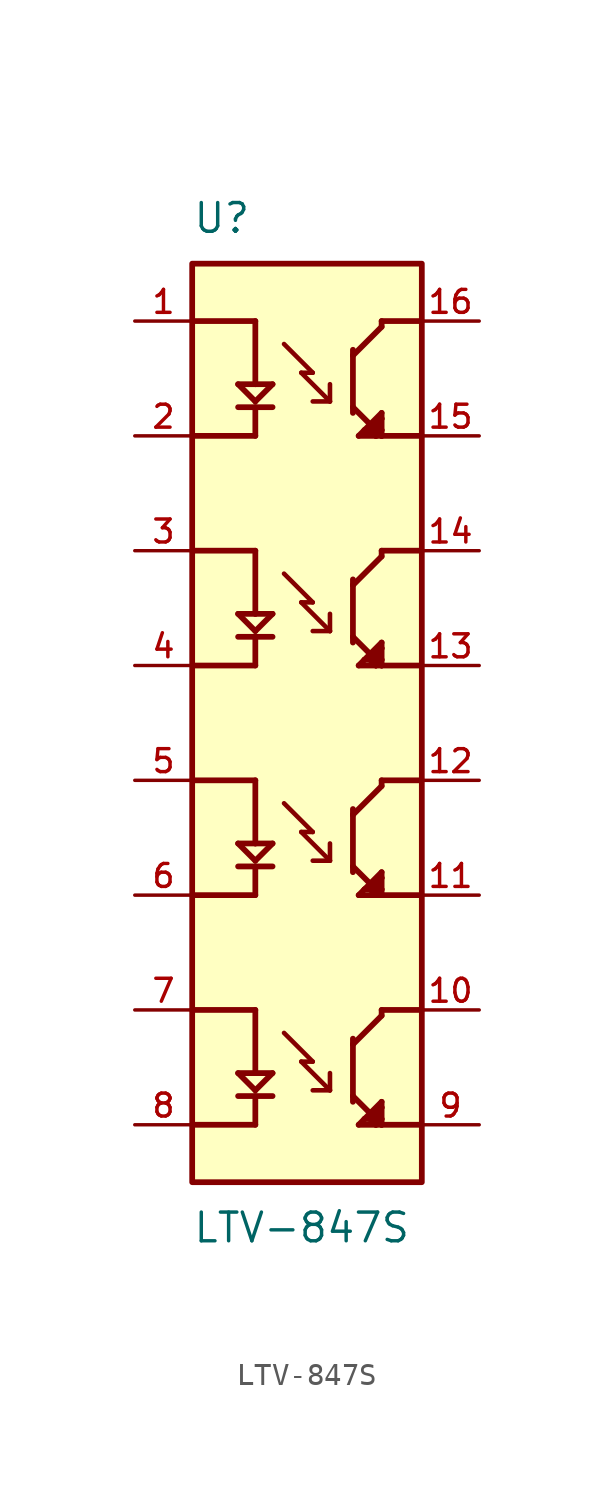
<source format=kicad_sym>
(kicad_symbol_lib
  (version 20211014)
  (generator kicad_symbol_editor)
  (symbol "LTV-847S"
    (pin_names
      (offset 1.016))
    (property "Reference" "U"
      (at -5.08 21.59 0)
      (effects (font (size 1.27 1.27)) (justify bottom left)))
    (property "Value" "LTV-847S"
      (at -5.08 -21.59 0.0)
      (effects (font (size 1.27 1.27)) (justify top left)))
    (symbol "LTV-847S_0_0"
      (polyline (pts (xy -5.08 17.78) (xy -2.286 17.78)) (stroke (width 0.254)))
      (polyline (pts (xy -2.286 17.78) (xy -2.286 14.986)) (stroke (width 0.254)))
      (polyline (pts (xy -2.286 14.986) (xy -1.524 14.986)) (stroke (width 0.254)))
      (polyline (pts (xy -2.286 14.986) (xy -3.048 14.986)) (stroke (width 0.254)))
      (polyline (pts (xy -3.048 14.986) (xy -2.286 14.224)) (stroke (width 0.254)))
      (polyline (pts (xy -2.286 14.224) (xy -1.524 14.986)) (stroke (width 0.254)))
      (polyline (pts (xy -3.048 13.97) (xy -1.524 13.97)) (stroke (width 0.254)))
      (polyline (pts (xy -2.286 13.97) (xy -2.286 12.7)) (stroke (width 0.254)))
      (polyline (pts (xy -2.286 12.7) (xy -5.08 12.7)) (stroke (width 0.254)))
      (polyline (pts (xy 5.08 17.78) (xy 3.302 17.78)) (stroke (width 0.254)))
      (polyline (pts (xy 3.302 17.78) (xy 3.302 17.526)) (stroke (width 0.254)))
      (polyline (pts (xy 3.302 17.526) (xy 2.032 16.256)) (stroke (width 0.254)))
      (polyline (pts (xy 2.032 16.256) (xy 2.032 13.97)) (stroke (width 0.254)))
      (polyline (pts (xy 2.032 13.97) (xy 3.302 12.7)) (stroke (width 0.254)))
      (polyline (pts (xy 3.302 12.7) (xy 5.08 12.7)) (stroke (width 0.254)))
      (polyline (pts (xy 3.302 12.954) (xy 3.302 13.462)) (stroke (width 0.254)))
      (polyline (pts (xy 3.302 13.462) (xy 3.302 13.716)) (stroke (width 0.254)))
      (polyline (pts (xy 3.302 13.716) (xy 2.54 12.954)) (stroke (width 0.254)))
      (polyline (pts (xy 2.54 12.954) (xy 2.286 12.7)) (stroke (width 0.254)))
      (polyline (pts (xy 2.286 12.7) (xy 3.048 12.7)) (stroke (width 0.254)))
      (polyline (pts (xy 3.048 12.7) (xy 3.302 12.7)) (stroke (width 0.254)))
      (polyline (pts (xy 3.302 12.7) (xy 3.302 12.954)) (stroke (width 0.254)))
      (polyline (pts (xy 3.302 12.954) (xy 3.048 13.208)) (stroke (width 0.254)))
      (polyline (pts (xy 3.048 13.208) (xy 2.794 12.954)) (stroke (width 0.254)))
      (polyline (pts (xy 2.54 12.954) (xy 2.794 12.954)) (stroke (width 0.254)))
      (polyline (pts (xy 2.794 12.954) (xy 3.048 12.7)) (stroke (width 0.254)))
      (polyline (pts (xy 3.048 12.7) (xy 3.048 13.208)) (stroke (width 0.254)))
      (polyline (pts (xy 3.048 13.208) (xy 3.302 13.462)) (stroke (width 0.254)))
      (polyline (pts (xy 2.032 13.97) (xy 2.032 13.716)) (stroke (width 0.254)))
      (polyline (pts (xy 2.032 16.256) (xy 2.032 16.51)) (stroke (width 0.254)))
      (polyline (pts (xy 0.254 15.494) (xy -0.254 15.494)) (stroke (width 0.203)))
      (polyline (pts (xy -0.254 15.494) (xy 1.016 14.224)) (stroke (width 0.203)))
      (polyline (pts (xy 1.016 14.224) (xy 1.016 14.986)) (stroke (width 0.203)))
      (polyline (pts (xy 1.016 14.224) (xy 0.254 14.224)) (stroke (width 0.203)))
      (polyline (pts (xy -1.016 16.764) (xy 0.254 15.494)) (stroke (width 0.203)))
      (polyline (pts (xy -5.08 7.62) (xy -2.286 7.62)) (stroke (width 0.254)))
      (polyline (pts (xy -2.286 7.62) (xy -2.286 4.826)) (stroke (width 0.254)))
      (polyline (pts (xy -2.286 4.826) (xy -1.524 4.826)) (stroke (width 0.254)))
      (polyline (pts (xy -2.286 4.826) (xy -3.048 4.826)) (stroke (width 0.254)))
      (polyline (pts (xy -3.048 4.826) (xy -2.286 4.064)) (stroke (width 0.254)))
      (polyline (pts (xy -2.286 4.064) (xy -1.524 4.826)) (stroke (width 0.254)))
      (polyline (pts (xy -3.048 3.81) (xy -1.524 3.81)) (stroke (width 0.254)))
      (polyline (pts (xy -2.286 3.81) (xy -2.286 2.54)) (stroke (width 0.254)))
      (polyline (pts (xy -2.286 2.54) (xy -5.08 2.54)) (stroke (width 0.254)))
      (polyline (pts (xy 5.08 7.62) (xy 3.302 7.62)) (stroke (width 0.254)))
      (polyline (pts (xy 3.302 7.62) (xy 3.302 7.366)) (stroke (width 0.254)))
      (polyline (pts (xy 3.302 7.366) (xy 2.032 6.096)) (stroke (width 0.254)))
      (polyline (pts (xy 2.032 6.096) (xy 2.032 3.81)) (stroke (width 0.254)))
      (polyline (pts (xy 2.032 3.81) (xy 3.302 2.54)) (stroke (width 0.254)))
      (polyline (pts (xy 3.302 2.54) (xy 5.08 2.54)) (stroke (width 0.254)))
      (polyline (pts (xy 3.302 2.794) (xy 3.302 3.302)) (stroke (width 0.254)))
      (polyline (pts (xy 3.302 3.302) (xy 3.302 3.556)) (stroke (width 0.254)))
      (polyline (pts (xy 3.302 3.556) (xy 2.54 2.794)) (stroke (width 0.254)))
      (polyline (pts (xy 2.54 2.794) (xy 2.286 2.54)) (stroke (width 0.254)))
      (polyline (pts (xy 2.286 2.54) (xy 3.048 2.54)) (stroke (width 0.254)))
      (polyline (pts (xy 3.048 2.54) (xy 3.302 2.54)) (stroke (width 0.254)))
      (polyline (pts (xy 3.302 2.54) (xy 3.302 2.794)) (stroke (width 0.254)))
      (polyline (pts (xy 3.302 2.794) (xy 3.048 3.048)) (stroke (width 0.254)))
      (polyline (pts (xy 3.048 3.048) (xy 2.794 2.794)) (stroke (width 0.254)))
      (polyline (pts (xy 2.54 2.794) (xy 2.794 2.794)) (stroke (width 0.254)))
      (polyline (pts (xy 2.794 2.794) (xy 3.048 2.54)) (stroke (width 0.254)))
      (polyline (pts (xy 3.048 2.54) (xy 3.048 3.048)) (stroke (width 0.254)))
      (polyline (pts (xy 3.048 3.048) (xy 3.302 3.302)) (stroke (width 0.254)))
      (polyline (pts (xy 2.032 3.81) (xy 2.032 3.556)) (stroke (width 0.254)))
      (polyline (pts (xy 2.032 6.096) (xy 2.032 6.35)) (stroke (width 0.254)))
      (polyline (pts (xy 0.254 5.334) (xy -0.254 5.334)) (stroke (width 0.203)))
      (polyline (pts (xy -0.254 5.334) (xy 1.016 4.064)) (stroke (width 0.203)))
      (polyline (pts (xy 1.016 4.064) (xy 1.016 4.826)) (stroke (width 0.203)))
      (polyline (pts (xy 1.016 4.064) (xy 0.254 4.064)) (stroke (width 0.203)))
      (polyline (pts (xy -1.016 6.604) (xy 0.254 5.334)) (stroke (width 0.203)))
      (polyline (pts (xy -5.08 -2.54) (xy -2.286 -2.54)) (stroke (width 0.254)))
      (polyline (pts (xy -2.286 -2.54) (xy -2.286 -5.334)) (stroke (width 0.254)))
      (polyline (pts (xy -2.286 -5.334) (xy -1.524 -5.334)) (stroke (width 0.254)))
      (polyline (pts (xy -2.286 -5.334) (xy -3.048 -5.334)) (stroke (width 0.254)))
      (polyline (pts (xy -3.048 -5.334) (xy -2.286 -6.096)) (stroke (width 0.254)))
      (polyline (pts (xy -2.286 -6.096) (xy -1.524 -5.334)) (stroke (width 0.254)))
      (polyline (pts (xy -3.048 -6.35) (xy -1.524 -6.35)) (stroke (width 0.254)))
      (polyline (pts (xy -2.286 -6.35) (xy -2.286 -7.62)) (stroke (width 0.254)))
      (polyline (pts (xy -2.286 -7.62) (xy -5.08 -7.62)) (stroke (width 0.254)))
      (polyline (pts (xy 5.08 -2.54) (xy 3.302 -2.54)) (stroke (width 0.254)))
      (polyline (pts (xy 3.302 -2.54) (xy 3.302 -2.794)) (stroke (width 0.254)))
      (polyline (pts (xy 3.302 -2.794) (xy 2.032 -4.064)) (stroke (width 0.254)))
      (polyline (pts (xy 2.032 -4.064) (xy 2.032 -6.35)) (stroke (width 0.254)))
      (polyline (pts (xy 2.032 -6.35) (xy 3.302 -7.62)) (stroke (width 0.254)))
      (polyline (pts (xy 3.302 -7.62) (xy 5.08 -7.62)) (stroke (width 0.254)))
      (polyline (pts (xy 3.302 -7.366) (xy 3.302 -6.858)) (stroke (width 0.254)))
      (polyline (pts (xy 3.302 -6.858) (xy 3.302 -6.604)) (stroke (width 0.254)))
      (polyline (pts (xy 3.302 -6.604) (xy 2.54 -7.366)) (stroke (width 0.254)))
      (polyline (pts (xy 2.54 -7.366) (xy 2.286 -7.62)) (stroke (width 0.254)))
      (polyline (pts (xy 2.286 -7.62) (xy 3.048 -7.62)) (stroke (width 0.254)))
      (polyline (pts (xy 3.048 -7.62) (xy 3.302 -7.62)) (stroke (width 0.254)))
      (polyline (pts (xy 3.302 -7.62) (xy 3.302 -7.366)) (stroke (width 0.254)))
      (polyline (pts (xy 3.302 -7.366) (xy 3.048 -7.112)) (stroke (width 0.254)))
      (polyline (pts (xy 3.048 -7.112) (xy 2.794 -7.366)) (stroke (width 0.254)))
      (polyline (pts (xy 2.54 -7.366) (xy 2.794 -7.366)) (stroke (width 0.254)))
      (polyline (pts (xy 2.794 -7.366) (xy 3.048 -7.62)) (stroke (width 0.254)))
      (polyline (pts (xy 3.048 -7.62) (xy 3.048 -7.112)) (stroke (width 0.254)))
      (polyline (pts (xy 3.048 -7.112) (xy 3.302 -6.858)) (stroke (width 0.254)))
      (polyline (pts (xy 2.032 -6.35) (xy 2.032 -6.604)) (stroke (width 0.254)))
      (polyline (pts (xy 2.032 -4.064) (xy 2.032 -3.81)) (stroke (width 0.254)))
      (polyline (pts (xy 0.254 -4.826) (xy -0.254 -4.826)) (stroke (width 0.203)))
      (polyline (pts (xy -0.254 -4.826) (xy 1.016 -6.096)) (stroke (width 0.203)))
      (polyline (pts (xy 1.016 -6.096) (xy 1.016 -5.334)) (stroke (width 0.203)))
      (polyline (pts (xy 1.016 -6.096) (xy 0.254 -6.096)) (stroke (width 0.203)))
      (polyline (pts (xy -1.016 -3.556) (xy 0.254 -4.826)) (stroke (width 0.203)))
      (polyline (pts (xy -5.08 -12.7) (xy -2.286 -12.7)) (stroke (width 0.254)))
      (polyline (pts (xy -2.286 -12.7) (xy -2.286 -15.494)) (stroke (width 0.254)))
      (polyline (pts (xy -2.286 -15.494) (xy -1.524 -15.494)) (stroke (width 0.254)))
      (polyline (pts (xy -2.286 -15.494) (xy -3.048 -15.494)) (stroke (width 0.254)))
      (polyline (pts (xy -3.048 -15.494) (xy -2.286 -16.256)) (stroke (width 0.254)))
      (polyline (pts (xy -2.286 -16.256) (xy -1.524 -15.494)) (stroke (width 0.254)))
      (polyline (pts (xy -3.048 -16.51) (xy -1.524 -16.51)) (stroke (width 0.254)))
      (polyline (pts (xy -2.286 -16.51) (xy -2.286 -17.78)) (stroke (width 0.254)))
      (polyline (pts (xy -2.286 -17.78) (xy -5.08 -17.78)) (stroke (width 0.254)))
      (polyline (pts (xy 5.08 -12.7) (xy 3.302 -12.7)) (stroke (width 0.254)))
      (polyline (pts (xy 3.302 -12.7) (xy 3.302 -12.954)) (stroke (width 0.254)))
      (polyline (pts (xy 3.302 -12.954) (xy 2.032 -14.224)) (stroke (width 0.254)))
      (polyline (pts (xy 2.032 -14.224) (xy 2.032 -16.51)) (stroke (width 0.254)))
      (polyline (pts (xy 2.032 -16.51) (xy 3.302 -17.78)) (stroke (width 0.254)))
      (polyline (pts (xy 3.302 -17.78) (xy 5.08 -17.78)) (stroke (width 0.254)))
      (polyline (pts (xy 3.302 -17.526) (xy 3.302 -17.018)) (stroke (width 0.254)))
      (polyline (pts (xy 3.302 -17.018) (xy 3.302 -16.764)) (stroke (width 0.254)))
      (polyline (pts (xy 3.302 -16.764) (xy 2.54 -17.526)) (stroke (width 0.254)))
      (polyline (pts (xy 2.54 -17.526) (xy 2.286 -17.78)) (stroke (width 0.254)))
      (polyline (pts (xy 2.286 -17.78) (xy 3.048 -17.78)) (stroke (width 0.254)))
      (polyline (pts (xy 3.048 -17.78) (xy 3.302 -17.78)) (stroke (width 0.254)))
      (polyline (pts (xy 3.302 -17.78) (xy 3.302 -17.526)) (stroke (width 0.254)))
      (polyline (pts (xy 3.302 -17.526) (xy 3.048 -17.272)) (stroke (width 0.254)))
      (polyline (pts (xy 3.048 -17.272) (xy 2.794 -17.526)) (stroke (width 0.254)))
      (polyline (pts (xy 2.54 -17.526) (xy 2.794 -17.526)) (stroke (width 0.254)))
      (polyline (pts (xy 2.794 -17.526) (xy 3.048 -17.78)) (stroke (width 0.254)))
      (polyline (pts (xy 3.048 -17.78) (xy 3.048 -17.272)) (stroke (width 0.254)))
      (polyline (pts (xy 3.048 -17.272) (xy 3.302 -17.018)) (stroke (width 0.254)))
      (polyline (pts (xy 2.032 -16.51) (xy 2.032 -16.764)) (stroke (width 0.254)))
      (polyline (pts (xy 2.032 -14.224) (xy 2.032 -13.97)) (stroke (width 0.254)))
      (polyline (pts (xy 0.254 -14.986) (xy -0.254 -14.986)) (stroke (width 0.203)))
      (polyline (pts (xy -0.254 -14.986) (xy 1.016 -16.256)) (stroke (width 0.203)))
      (polyline (pts (xy 1.016 -16.256) (xy 1.016 -15.494)) (stroke (width 0.203)))
      (polyline (pts (xy 1.016 -16.256) (xy 0.254 -16.256)) (stroke (width 0.203)))
      (polyline (pts (xy -1.016 -13.716) (xy 0.254 -14.986)) (stroke (width 0.203)))
      (rectangle (start -5.08 -20.32) (end 5.08 20.32) (stroke (width 0.254)) (fill (type background)))
      (pin passive line (at -7.62 17.78 0) (length 2.54) (name "~" (effects (font (size 1.016 1.016)))) (number "1" (effects (font (size 1.016 1.016)))))
      (pin passive line (at -7.62 12.7 0) (length 2.54) (name "~" (effects (font (size 1.016 1.016)))) (number "2" (effects (font (size 1.016 1.016)))))
      (pin passive line (at 7.62 17.78 180.0) (length 2.54) (name "~" (effects (font (size 1.016 1.016)))) (number "16" (effects (font (size 1.016 1.016)))))
      (pin passive line (at 7.62 12.7 180.0) (length 2.54) (name "~" (effects (font (size 1.016 1.016)))) (number "15" (effects (font (size 1.016 1.016)))))
      (pin passive line (at -7.62 7.62 0) (length 2.54) (name "~" (effects (font (size 1.016 1.016)))) (number "3" (effects (font (size 1.016 1.016)))))
      (pin passive line (at -7.62 2.54 0) (length 2.54) (name "~" (effects (font (size 1.016 1.016)))) (number "4" (effects (font (size 1.016 1.016)))))
      (pin passive line (at 7.62 7.62 180.0) (length 2.54) (name "~" (effects (font (size 1.016 1.016)))) (number "14" (effects (font (size 1.016 1.016)))))
      (pin passive line (at 7.62 2.54 180.0) (length 2.54) (name "~" (effects (font (size 1.016 1.016)))) (number "13" (effects (font (size 1.016 1.016)))))
      (pin passive line (at -7.62 -2.54 0) (length 2.54) (name "~" (effects (font (size 1.016 1.016)))) (number "5" (effects (font (size 1.016 1.016)))))
      (pin passive line (at -7.62 -7.62 0) (length 2.54) (name "~" (effects (font (size 1.016 1.016)))) (number "6" (effects (font (size 1.016 1.016)))))
      (pin passive line (at 7.62 -2.54 180.0) (length 2.54) (name "~" (effects (font (size 1.016 1.016)))) (number "12" (effects (font (size 1.016 1.016)))))
      (pin passive line (at 7.62 -7.62 180.0) (length 2.54) (name "~" (effects (font (size 1.016 1.016)))) (number "11" (effects (font (size 1.016 1.016)))))
      (pin passive line (at -7.62 -12.7 0) (length 2.54) (name "~" (effects (font (size 1.016 1.016)))) (number "7" (effects (font (size 1.016 1.016)))))
      (pin passive line (at -7.62 -17.78 0) (length 2.54) (name "~" (effects (font (size 1.016 1.016)))) (number "8" (effects (font (size 1.016 1.016)))))
      (pin passive line (at 7.62 -12.7 180.0) (length 2.54) (name "~" (effects (font (size 1.016 1.016)))) (number "10" (effects (font (size 1.016 1.016)))))
      (pin passive line (at 7.62 -17.78 180.0) (length 2.54) (name "~" (effects (font (size 1.016 1.016)))) (number "9" (effects (font (size 1.016 1.016))))))))
</source>
